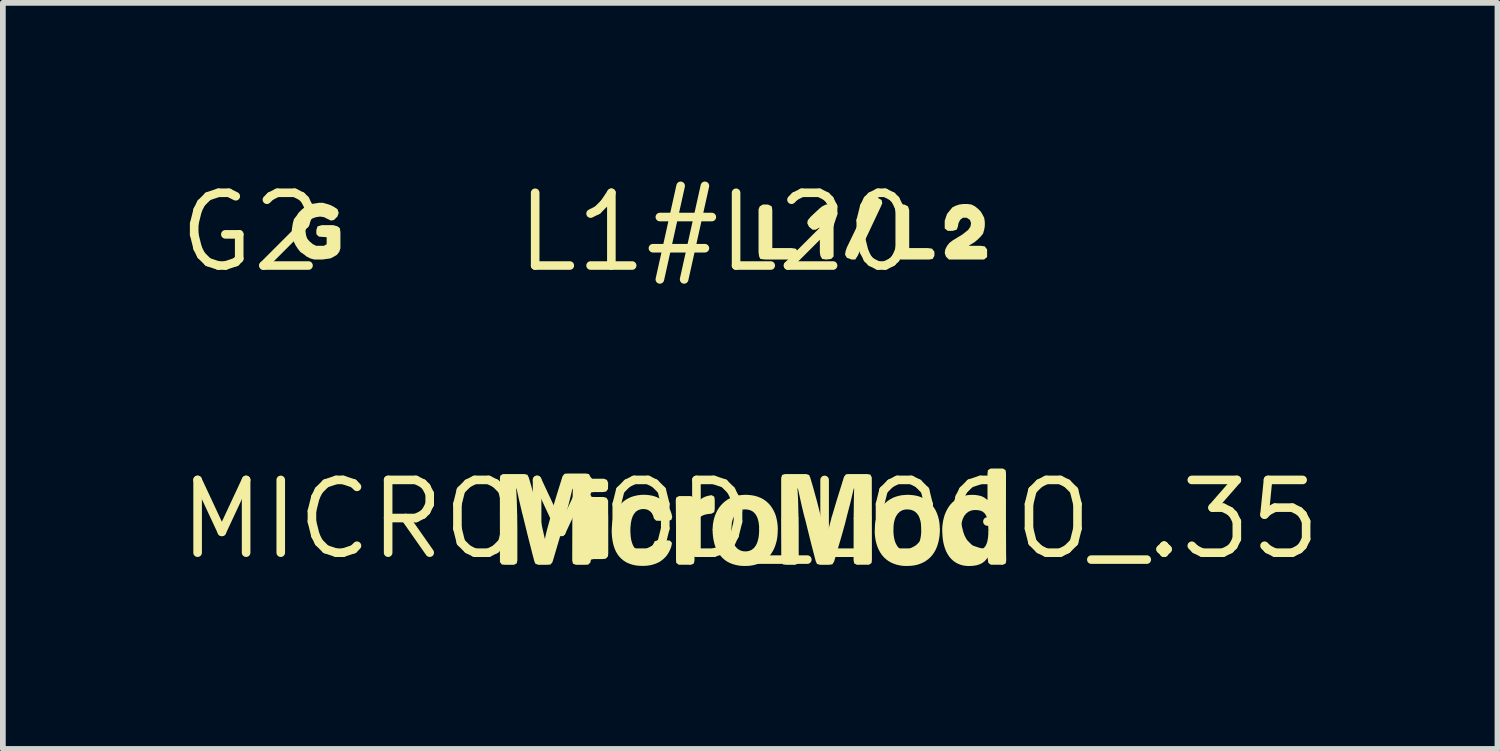
<source format=kicad_pcb>
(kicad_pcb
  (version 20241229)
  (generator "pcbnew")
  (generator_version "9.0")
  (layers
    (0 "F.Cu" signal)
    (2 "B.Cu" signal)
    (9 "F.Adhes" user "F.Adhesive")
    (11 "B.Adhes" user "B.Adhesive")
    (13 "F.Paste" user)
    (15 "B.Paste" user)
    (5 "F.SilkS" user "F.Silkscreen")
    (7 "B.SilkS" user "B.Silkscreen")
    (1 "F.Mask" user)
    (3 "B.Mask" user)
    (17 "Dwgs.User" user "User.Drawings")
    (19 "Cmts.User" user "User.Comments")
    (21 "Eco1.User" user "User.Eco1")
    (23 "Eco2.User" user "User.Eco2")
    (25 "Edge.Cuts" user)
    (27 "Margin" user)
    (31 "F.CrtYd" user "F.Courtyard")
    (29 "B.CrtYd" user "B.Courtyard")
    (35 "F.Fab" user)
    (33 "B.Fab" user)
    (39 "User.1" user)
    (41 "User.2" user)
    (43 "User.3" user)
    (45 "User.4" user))
  (footprint "L1#L20"
    (layer "F.Cu")
    (at 9.468 1.006)
    (property "Reference" "L1#L20" (at 0 0 0) (layer "F.SilkS") (effects (font (size 1.27 1.27) (thickness 0.15))))
    (fp_poly (pts (xy 2.802 -0.605) (xy 2.874 -0.563) (xy 2.885 -0.509) (xy 2.855 -0.438) (xy 2.454 0.412) (xy 2.413 0.475) (xy 2.349 0.475) (xy 2.267 0.444) (xy 2.235 0.391) (xy 2.245 0.329) (xy 2.265 0.268) (xy 2.646 -0.522) (xy 2.686 -0.594) (xy 2.739 -0.625)) (stroke (width 0) (type default)) (fill yes) (layer "F.SilkS"))
    (fp_poly (pts (xy 3.334 -0.454) (xy 3.355 -0.391) (xy 3.355 0.275) (xy 3.68 0.275) (xy 3.753 0.285) (xy 3.795 0.338) (xy 3.795 0.411) (xy 3.763 0.465) (xy 3.7 0.475) (xy 3.22 0.475) (xy 3.147 0.465) (xy 3.115 0.422) (xy 3.115 -0.4) (xy 3.126 -0.453) (xy 3.189 -0.485) (xy 3.271 -0.485)) (stroke (width 0) (type default)) (fill yes) (layer "F.SilkS"))
    (fp_poly (pts (xy 0.955 -0.453) (xy 0.965 -0.39) (xy 0.965 0.275) (xy 1.3 0.275) (xy 1.373 0.285) (xy 1.415 0.338) (xy 1.415 0.411) (xy 1.383 0.465) (xy 1.31 0.475) (xy 0.84 0.475) (xy 0.757 0.465) (xy 0.735 0.422) (xy 0.725 0.35) (xy 0.725 -0.401) (xy 0.746 -0.453) (xy 0.799 -0.485) (xy 0.891 -0.485)) (stroke (width 0) (type default)) (fill yes) (layer "F.SilkS"))
    (fp_poly (pts (xy 2.025 -0.453) (xy 2.035 -0.39) (xy 2.035 0.422) (xy 1.992 0.465) (xy 1.91 0.475) (xy 1.837 0.465) (xy 1.805 0.412) (xy 1.795 0.35) (xy 1.795 -0.059) (xy 1.787 -0.083) (xy 1.721 -0.045) (xy 1.668 -0.045) (xy 1.606 -0.097) (xy 1.575 -0.159) (xy 1.585 -0.212) (xy 1.636 -0.273) (xy 1.787 -0.414) (xy 1.837 -0.454) (xy 1.899 -0.485) (xy 1.971 -0.485)) (stroke (width 0) (type default)) (fill yes) (layer "F.SilkS"))
    (fp_poly (pts (xy 4.442 -0.485) (xy 4.503 -0.454) (xy 4.553 -0.414) (xy 4.604 -0.363) (xy 4.634 -0.312) (xy 4.665 -0.252) (xy 4.675 -0.18) (xy 4.675 -0.11) (xy 4.665 -0.049) (xy 4.645 0.022) (xy 4.604 0.073) (xy 4.553 0.124) (xy 4.493 0.174) (xy 4.443 0.204) (xy 4.398 0.231) (xy 4.402 0.235) (xy 4.6 0.235) (xy 4.673 0.245) (xy 4.715 0.298) (xy 4.715 0.432) (xy 4.662 0.475) (xy 4.048 0.475) (xy 3.996 0.423) (xy 3.975 0.36) (xy 3.985 0.298) (xy 4.016 0.237) (xy 4.056 0.186) (xy 4.107 0.146) (xy 4.287 0.036) (xy 4.337 -0.004) (xy 4.386 -0.043) (xy 4.425 -0.102) (xy 4.435 -0.16) (xy 4.416 -0.217) (xy 4.358 -0.255) (xy 4.292 -0.255) (xy 4.244 -0.217) (xy 4.215 -0.158) (xy 4.205 -0.099) (xy 4.184 -0.046) (xy 4.111 -0.025) (xy 4.028 -0.025) (xy 3.975 -0.068) (xy 3.975 -0.201) (xy 3.995 -0.262) (xy 4.016 -0.322) (xy 4.066 -0.383) (xy 4.107 -0.434) (xy 4.168 -0.465) (xy 4.229 -0.485) (xy 4.3 -0.495) (xy 4.37 -0.495)) (stroke (width 0) (type default)) (fill yes) (layer "F.SilkS")))
  (footprint "G2"
    (layer "F.Cu")
    (at 1.338 1.006)
    (property "Reference" "G2" (at 0 0 0) (layer "F.SilkS") (effects (font (size 1.27 1.27) (thickness 0.15))))
    (fp_poly (pts (xy 1.321 -0.495) (xy 1.382 -0.475) (xy 1.443 -0.444) (xy 1.504 -0.403) (xy 1.525 -0.34) (xy 1.504 -0.277) (xy 1.442 -0.215) (xy 1.389 -0.205) (xy 1.268 -0.265) (xy 1.2 -0.275) (xy 1.131 -0.265) (xy 1.072 -0.245) (xy 1.013 -0.206) (xy 0.975 -0.158) (xy 0.955 -0.089) (xy 0.945 -0.02) (xy 0.955 0.049) (xy 0.974 0.108) (xy 1.014 0.156) (xy 1.073 0.206) (xy 1.131 0.235) (xy 1.269 0.235) (xy 1.315 0.207) (xy 1.315 0.085) (xy 1.178 0.075) (xy 1.135 0.032) (xy 1.135 -0.041) (xy 1.156 -0.104) (xy 1.229 -0.125) (xy 1.431 -0.125) (xy 1.502 -0.105) (xy 1.545 -0.073) (xy 1.555 -0.000355) (xy 1.555 0.281) (xy 1.534 0.342) (xy 1.493 0.394) (xy 1.442 0.424) (xy 1.382 0.455) (xy 1.311 0.465) (xy 1.24 0.475) (xy 1.099 0.475) (xy 1.028 0.455) (xy 0.967 0.424) (xy 0.917 0.384) (xy 0.857 0.344) (xy 0.816 0.293) (xy 0.776 0.233) (xy 0.745 0.172) (xy 0.725 0.111) (xy 0.715 0.041) (xy 0.705 -0.03) (xy 0.715 -0.101) (xy 0.725 -0.161) (xy 0.745 -0.232) (xy 0.786 -0.283) (xy 0.826 -0.343) (xy 0.877 -0.394) (xy 0.927 -0.434) (xy 1.048 -0.495) (xy 1.119 -0.505) (xy 1.18 -0.515) (xy 1.251 -0.515)) (stroke (width 0) (type default)) (fill yes) (layer "F.SilkS")))
  (footprint "MICROMOD_LOGO_.35"
    (layer "F.Cu")
    (at 10.046 6.019)
    (property "Reference" "MICROMOD_LOGO_.35" (at 0 0 0) (layer "F.SilkS") (effects (font (size 1.27 1.27) (thickness 0.15))))
    (fp_poly (pts (xy 2.126 0.706) (xy 2.12 0.76) (xy 2.076 0.79) (xy 1.864 0.791) (xy 1.816 0.766) (xy 1.806 0.712) (xy 1.807 -0.026) (xy 1.858 -0.033) (xy 2.125 -0.033)) (stroke (width 0) (type default)) (fill yes) (layer "F.SilkS"))
    (fp_poly (pts (xy -4.067 -0.076) (xy -4.064 0.136) (xy -4.064 0.713) (xy -4.074 0.766) (xy -4.122 0.791) (xy -4.281 0.791) (xy -4.335 0.786) (xy -4.368 0.744) (xy -4.369 -0.101) (xy -4.1 -0.101)) (stroke (width 0) (type default)) (fill yes) (layer "F.SilkS"))
    (fp_poly (pts (xy 0.577 -0.033) (xy 0.846 -0.033) (xy 0.848 0.131) (xy 0.848 0.714) (xy 0.838 0.767) (xy 0.789 0.791) (xy 0.629 0.791) (xy 0.574 0.785) (xy 0.544 0.74) (xy 0.541 -0.045)) (stroke (width 0) (type default)) (fill yes) (layer "F.SilkS"))
    (fp_poly (pts (xy -0.963 0.134) (xy -0.969 0.187) (xy -0.971 0.239) (xy -0.971 0.715) (xy -0.983 0.769) (xy -1.032 0.791) (xy -1.247 0.79) (xy -1.29 0.757) (xy -1.294 0.702) (xy -1.294 0.12) (xy -1.279 0.077) (xy -0.952 0.077)) (stroke (width 0) (type default)) (fill yes) (layer "F.SilkS"))
    (fp_poly (pts (xy -3.065 -0.101) (xy -2.479 -0.101) (xy -2.477 -0.043) (xy -2.477 0.592) (xy -2.483 0.646) (xy -2.521 0.685) (xy -2.576 0.691) (xy -2.734 0.691) (xy -2.779 0.702) (xy -2.789 0.751) (xy -2.828 0.789) (xy -2.883 0.791) (xy -3.043 0.791) (xy -3.093 0.771) (xy -3.106 0.718) (xy -3.104 -0.107)) (stroke (width 0) (type default)) (fill yes) (layer "F.SilkS"))
    (fp_poly (pts (xy 2.1 -0.782) (xy 2.124 -0.733) (xy 2.125 -0.019) (xy 2.084 -0.022) (xy 1.822 -0.022) (xy 1.807 -0.009) (xy 1.811 -0.335) (xy 1.816 -0.541) (xy 1.809 -0.54) (xy 1.749 -0.286) (xy 1.681 -0.027) (xy 1.628 -0.022) (xy 1.468 -0.022) (xy 1.422 -0.033) (xy 1.514 -0.342) (xy 1.64 -0.747) (xy 1.674 -0.789) (xy 1.729 -0.793) (xy 2.047 -0.793)) (stroke (width 0) (type default)) (fill yes) (layer "F.SilkS"))
    (fp_poly (pts (xy 1.03 -0.776) (xy 1.051 -0.726) (xy 1.096 -0.574) (xy 1.166 -0.321) (xy 1.243 -0.017) (xy 1.221 -0.023) (xy 0.955 -0.023) (xy 0.94 -0.076) (xy 0.903 -0.229) (xy 0.835 -0.536) (xy 0.826 -0.547) (xy 0.837 -0.354) (xy 0.845 -0.021) (xy 0.797 -0.023) (xy 0.586 -0.023) (xy 0.542 -0.037) (xy 0.542 -0.725) (xy 0.558 -0.777) (xy 0.609 -0.793) (xy 0.979 -0.793)) (stroke (width 0) (type default)) (fill yes) (layer "F.SilkS"))
    (fp_poly (pts (xy -3.888 -0.78) (xy -3.864 -0.731) (xy -3.834 -0.629) (xy -3.762 -0.373) (xy -3.69 -0.096) (xy -3.728 -0.091) (xy -3.942 -0.091) (xy -3.981 -0.114) (xy -4.042 -0.375) (xy -4.075 -0.53) (xy -4.085 -0.547) (xy -4.08 -0.463) (xy -4.073 -0.304) (xy -4.069 -0.145) (xy -4.067 -0.07) (xy -4.342 -0.091) (xy -4.369 -0.09) (xy -4.369 -0.711) (xy -4.362 -0.765) (xy -4.315 -0.793) (xy -3.941 -0.793)) (stroke (width 0) (type default)) (fill yes) (layer "F.SilkS"))
    (fp_poly (pts (xy -3.69 -0.101) (xy -3.673 -0.046) (xy -3.648 0.057) (xy -3.583 0.342) (xy -3.566 0.26) (xy -3.54 0.157) (xy -3.483 -0.048) (xy -3.466 -0.101) (xy -3.248 -0.101) (xy -3.215 -0.079) (xy -3.329 0.334) (xy -3.45 0.743) (xy -3.484 0.786) (xy -3.538 0.791) (xy -3.699 0.791) (xy -3.75 0.772) (xy -3.77 0.72) (xy -3.797 0.617) (xy -3.876 0.308) (xy -3.965 -0.054) (xy -3.981 -0.119)) (stroke (width 0) (type default)) (fill yes) (layer "F.SilkS"))
    (fp_poly (pts (xy 1.466 -0.033) (xy 1.683 -0.033) (xy 1.656 0.076) (xy 1.599 0.28) (xy 1.465 0.738) (xy 1.435 0.783) (xy 1.381 0.791) (xy 1.221 0.791) (xy 1.168 0.777) (xy 1.145 0.727) (xy 1.065 0.42) (xy 0.976 0.06) (xy 0.953 -0.032) (xy 0.976 -0.033) (xy 1.188 -0.033) (xy 1.242 -0.028) (xy 1.291 0.181) (xy 1.324 0.335) (xy 1.328 0.337) (xy 1.337 0.292) (xy 1.362 0.189) (xy 1.426 -0.047)) (stroke (width 0) (type default)) (fill yes) (layer "F.SilkS"))
    (fp_poly (pts (xy -0.625 -0.396) (xy -0.618 -0.341) (xy -0.618 -0.182) (xy -0.627 -0.128) (xy -0.674 -0.101) (xy -0.727 -0.096) (xy -0.779 -0.087) (xy -0.828 -0.07) (xy -0.873 -0.044) (xy -0.91 -0.009) (xy -0.937 0.035) (xy -0.957 0.087) (xy -1.274 0.087) (xy -1.294 0.156) (xy -1.297 -0.221) (xy -1.297 -0.221) (xy -1.299 -0.327) (xy -1.292 -0.381) (xy -1.244 -0.408) (xy -1.03 -0.408) (xy -0.986 -0.375) (xy -0.979 -0.32) (xy -0.977 -0.224) (xy -0.971 -0.228) (xy -0.944 -0.273) (xy -0.91 -0.314) (xy -0.87 -0.349) (xy -0.825 -0.379) (xy -0.776 -0.401) (xy -0.725 -0.415) (xy -0.671 -0.424)) (stroke (width 0) (type default)) (fill yes) (layer "F.SilkS"))
    (fp_poly (pts (xy -2.813 -0.792) (xy -2.789 -0.745) (xy -2.76 -0.711) (xy -2.55 -0.711) (xy -2.5 -0.69) (xy -2.479 -0.64) (xy -2.481 -0.532) (xy -2.514 -0.488) (xy -2.567 -0.478) (xy -2.726 -0.478) (xy -2.775 -0.473) (xy -2.788 -0.431) (xy -2.766 -0.393) (xy -2.557 -0.392) (xy -2.505 -0.376) (xy -2.479 -0.328) (xy -2.479 -0.094) (xy -2.517 -0.091) (xy -3.104 -0.091) (xy -3.101 -0.307) (xy -3.096 -0.518) (xy -3.098 -0.544) (xy -3.107 -0.52) (xy -3.143 -0.366) (xy -3.219 -0.066) (xy -3.256 -0.091) (xy -3.467 -0.096) (xy -3.456 -0.153) (xy -3.446 -0.2) (xy -3.369 -0.453) (xy -3.274 -0.757) (xy -3.239 -0.798) (xy -3.184 -0.802) (xy -2.866 -0.802)) (stroke (width 0) (type default)) (fill yes) (layer "F.SilkS"))
    (fp_poly (pts (xy -1.805 -0.429) (xy -1.753 -0.423) (xy -1.701 -0.413) (xy -1.65 -0.398) (xy -1.601 -0.377) (xy -1.554 -0.351) (xy -1.512 -0.319) (xy -1.473 -0.282) (xy -1.44 -0.241) (xy -1.412 -0.196) (xy -1.389 -0.148) (xy -1.372 -0.097) (xy -1.36 -0.044) (xy -1.376 0.008) (xy -1.428 0.023) (xy -1.586 0.023) (xy -1.641 0.021) (xy -1.679 -0.016) (xy -1.694 -0.068) (xy -1.718 -0.113) (xy -1.754 -0.15) (xy -1.799 -0.173) (xy -1.849 -0.182) (xy -1.901 -0.18) (xy -1.95 -0.165) (xy -1.993 -0.138) (xy -2.026 -0.099) (xy -2.051 -0.054) (xy -2.068 -0.005) (xy -2.079 0.046) (xy -2.087 0.102) (xy -2.412 0.103) (xy -2.405 0.045) (xy -2.395 -0.007) (xy -2.38 -0.058) (xy -2.362 -0.108) (xy -2.339 -0.156) (xy -2.312 -0.202) (xy -2.281 -0.245) (xy -2.245 -0.284) (xy -2.206 -0.319) (xy -2.162 -0.35) (xy -2.116 -0.375) (xy -2.067 -0.396) (xy -2.016 -0.411) (xy -1.964 -0.422) (xy -1.911 -0.429) (xy -1.858 -0.431)) (stroke (width 0) (type default)) (fill yes) (layer "F.SilkS"))
    (fp_poly (pts (xy 4.46 -0.86) (xy 4.467 -0.805) (xy 4.466 0.191) (xy 4.445 0.19) (xy 4.183 0.19) (xy 4.161 0.214) (xy 4.156 0.097) (xy 4.151 0.044) (xy 4.142 -0.007) (xy 4.125 -0.057) (xy 4.1 -0.101) (xy 4.062 -0.136) (xy 4.014 -0.156) (xy 3.963 -0.164) (xy 3.911 -0.165) (xy 3.86 -0.156) (xy 3.813 -0.136) (xy 3.772 -0.104) (xy 3.739 -0.064) (xy 3.716 -0.018) (xy 3.699 0.032) (xy 3.689 0.083) (xy 3.683 0.234) (xy 3.409 0.191) (xy 3.353 0.189) (xy 3.355 0.131) (xy 3.361 0.078) (xy 3.369 0.025) (xy 3.381 -0.027) (xy 3.396 -0.078) (xy 3.416 -0.128) (xy 3.439 -0.175) (xy 3.467 -0.221) (xy 3.499 -0.264) (xy 3.536 -0.302) (xy 3.577 -0.337) (xy 3.622 -0.366) (xy 3.669 -0.39) (xy 3.72 -0.409) (xy 3.772 -0.421) (xy 3.825 -0.428) (xy 3.878 -0.43) (xy 3.931 -0.428) (xy 3.984 -0.42) (xy 4.036 -0.407) (xy 4.085 -0.385) (xy 4.144 -0.34) (xy 4.144 -0.807) (xy 4.152 -0.862) (xy 4.199 -0.889) (xy 4.414 -0.889)) (stroke (width 0) (type default)) (fill yes) (layer "F.SilkS"))
    (fp_poly (pts (xy -2.09 0.15) (xy -2.091 0.203) (xy -2.088 0.255) (xy -2.084 0.307) (xy -2.076 0.358) (xy -2.062 0.408) (xy -2.043 0.456) (xy -2.016 0.5) (xy -1.978 0.534) (xy -1.932 0.556) (xy -1.882 0.564) (xy -1.831 0.562) (xy -1.782 0.547) (xy -1.741 0.517) (xy -1.711 0.476) (xy -1.666 0.38) (xy -1.614 0.365) (xy -1.456 0.365) (xy -1.401 0.368) (xy -1.365 0.409) (xy -1.374 0.463) (xy -1.391 0.513) (xy -1.413 0.561) (xy -1.44 0.607) (xy -1.472 0.649) (xy -1.51 0.687) (xy -1.551 0.72) (xy -1.596 0.748) (xy -1.645 0.77) (xy -1.695 0.787) (xy -1.746 0.799) (xy -1.799 0.807) (xy -1.851 0.81) (xy -1.904 0.81) (xy -1.957 0.807) (xy -2.009 0.8) (xy -2.061 0.788) (xy -2.111 0.771) (xy -2.16 0.749) (xy -2.205 0.721) (xy -2.246 0.688) (xy -2.283 0.65) (xy -2.315 0.608) (xy -2.342 0.562) (xy -2.364 0.513) (xy -2.381 0.463) (xy -2.394 0.412) (xy -2.404 0.36) (xy -2.411 0.308) (xy -2.415 0.255) (xy -2.417 0.203) (xy -2.415 0.15) (xy -2.411 0.093) (xy -2.086 0.093)) (stroke (width 0) (type default)) (fill yes) (layer "F.SilkS"))
    (fp_poly (pts (xy 4.469 0.607) (xy 4.471 0.712) (xy 4.463 0.766) (xy 4.415 0.791) (xy 4.201 0.79) (xy 4.158 0.757) (xy 4.15 0.703) (xy 4.148 0.664) (xy 4.13 0.688) (xy 4.095 0.728) (xy 4.052 0.761) (xy 4.004 0.784) (xy 3.953 0.8) (xy 3.901 0.808) (xy 3.848 0.812) (xy 3.795 0.812) (xy 3.742 0.807) (xy 3.69 0.796) (xy 3.64 0.778) (xy 3.592 0.754) (xy 3.548 0.723) (xy 3.509 0.687) (xy 3.475 0.647) (xy 3.446 0.602) (xy 3.421 0.555) (xy 3.402 0.505) (xy 3.386 0.455) (xy 3.374 0.403) (xy 3.365 0.351) (xy 3.359 0.298) (xy 3.353 0.188) (xy 3.404 0.18) (xy 3.672 0.18) (xy 3.684 0.227) (xy 3.688 0.28) (xy 3.697 0.331) (xy 3.71 0.382) (xy 3.73 0.43) (xy 3.757 0.473) (xy 3.793 0.51) (xy 3.838 0.535) (xy 3.888 0.548) (xy 3.939 0.549) (xy 3.991 0.543) (xy 4.039 0.527) (xy 4.081 0.498) (xy 4.113 0.458) (xy 4.134 0.41) (xy 4.146 0.36) (xy 4.154 0.308) (xy 4.158 0.256) (xy 4.159 0.201) (xy 4.197 0.18) (xy 4.467 0.18)) (stroke (width 0) (type default)) (fill yes) (layer "F.SilkS"))
    (fp_poly (pts (xy -0.022 -0.428) (xy 0.03 -0.422) (xy 0.083 -0.412) (xy 0.134 -0.397) (xy 0.184 -0.377) (xy 0.231 -0.352) (xy 0.275 -0.322) (xy 0.315 -0.286) (xy 0.351 -0.247) (xy 0.382 -0.204) (xy 0.409 -0.157) (xy 0.432 -0.109) (xy 0.45 -0.059) (xy 0.463 -0.007) (xy 0.473 0.045) (xy 0.48 0.098) (xy 0.483 0.156) (xy 0.427 0.159) (xy 0.158 0.159) (xy 0.155 0.101) (xy 0.148 0.049) (xy 0.136 -0.002) (xy 0.118 -0.05) (xy 0.091 -0.095) (xy 0.056 -0.132) (xy 0.011 -0.158) (xy -0.038 -0.172) (xy -0.09 -0.176) (xy -0.141 -0.17) (xy -0.19 -0.153) (xy -0.232 -0.123) (xy -0.265 -0.084) (xy -0.29 -0.038) (xy -0.308 0.011) (xy -0.32 0.062) (xy -0.33 0.207) (xy -0.35 0.159) (xy -0.61 0.159) (xy -0.656 0.183) (xy -0.65 0.086) (xy -0.641 0.034) (xy -0.629 -0.018) (xy -0.613 -0.069) (xy -0.592 -0.118) (xy -0.568 -0.166) (xy -0.539 -0.211) (xy -0.506 -0.252) (xy -0.468 -0.291) (xy -0.427 -0.325) (xy -0.383 -0.354) (xy -0.335 -0.379) (xy -0.286 -0.398) (xy -0.234 -0.413) (xy -0.182 -0.423) (xy -0.129 -0.428) (xy -0.076 -0.431)) (stroke (width 0) (type default)) (fill yes) (layer "F.SilkS"))
    (fp_poly (pts (xy 2.807 -0.428) (xy 2.86 -0.422) (xy 2.913 -0.412) (xy 2.964 -0.397) (xy 3.013 -0.377) (xy 3.06 -0.352) (xy 3.104 -0.321) (xy 3.145 -0.286) (xy 3.181 -0.246) (xy 3.212 -0.203) (xy 3.239 -0.157) (xy 3.261 -0.109) (xy 3.279 -0.058) (xy 3.293 -0.007) (xy 3.303 0.046) (xy 3.309 0.099) (xy 3.312 0.175) (xy 3.27 0.173) (xy 3.006 0.173) (xy 2.988 0.176) (xy 2.982 0.075) (xy 2.973 0.024) (xy 2.958 -0.026) (xy 2.936 -0.073) (xy 2.904 -0.114) (xy 2.864 -0.146) (xy 2.816 -0.166) (xy 2.765 -0.175) (xy 2.713 -0.175) (xy 2.663 -0.163) (xy 2.618 -0.139) (xy 2.58 -0.104) (xy 2.55 -0.061) (xy 2.529 -0.014) (xy 2.515 0.037) (xy 2.506 0.088) (xy 2.501 0.175) (xy 2.47 0.172) (xy 2.205 0.172) (xy 2.177 0.169) (xy 2.18 0.087) (xy 2.188 0.034) (xy 2.201 -0.018) (xy 2.217 -0.069) (xy 2.237 -0.118) (xy 2.262 -0.165) (xy 2.291 -0.21) (xy 2.324 -0.252) (xy 2.361 -0.29) (xy 2.402 -0.324) (xy 2.447 -0.354) (xy 2.494 -0.379) (xy 2.544 -0.398) (xy 2.595 -0.413) (xy 2.648 -0.423) (xy 2.701 -0.428) (xy 2.754 -0.431)) (stroke (width 0) (type default)) (fill yes) (layer "F.SilkS"))
    (fp_poly (pts (xy 3.312 0.22) (xy 3.308 0.273) (xy 3.301 0.325) (xy 3.291 0.377) (xy 3.278 0.428) (xy 3.261 0.478) (xy 3.24 0.527) (xy 3.214 0.573) (xy 3.184 0.617) (xy 3.149 0.657) (xy 3.11 0.693) (xy 3.067 0.724) (xy 3.021 0.751) (xy 2.973 0.772) (xy 2.923 0.789) (xy 2.871 0.801) (xy 2.819 0.808) (xy 2.766 0.811) (xy 2.713 0.812) (xy 2.66 0.809) (xy 2.608 0.801) (xy 2.557 0.789) (xy 2.506 0.772) (xy 2.458 0.751) (xy 2.412 0.724) (xy 2.37 0.692) (xy 2.331 0.656) (xy 2.297 0.615) (xy 2.268 0.571) (xy 2.243 0.524) (xy 2.222 0.475) (xy 2.206 0.425) (xy 2.193 0.374) (xy 2.184 0.322) (xy 2.178 0.269) (xy 2.175 0.216) (xy 2.178 0.162) (xy 2.446 0.162) (xy 2.501 0.165) (xy 2.502 0.222) (xy 2.506 0.274) (xy 2.514 0.326) (xy 2.526 0.376) (xy 2.545 0.424) (xy 2.571 0.469) (xy 2.605 0.507) (xy 2.647 0.536) (xy 2.695 0.553) (xy 2.747 0.558) (xy 2.798 0.553) (xy 2.846 0.536) (xy 2.888 0.507) (xy 2.921 0.468) (xy 2.945 0.423) (xy 2.963 0.374) (xy 2.975 0.323) (xy 2.983 0.272) (xy 2.987 0.22) (xy 2.987 0.162) (xy 3.313 0.162)) (stroke (width 0) (type default)) (fill yes) (layer "F.SilkS"))
    (fp_poly (pts (xy 0.482 0.206) (xy 0.479 0.259) (xy 0.474 0.312) (xy 0.465 0.364) (xy 0.452 0.415) (xy 0.436 0.465) (xy 0.416 0.514) (xy 0.391 0.561) (xy 0.362 0.606) (xy 0.329 0.647) (xy 0.291 0.684) (xy 0.249 0.717) (xy 0.204 0.745) (xy 0.156 0.767) (xy 0.106 0.785) (xy 0.055 0.798) (xy 0.003 0.807) (xy -0.05 0.811) (xy -0.103 0.812) (xy -0.156 0.81) (xy -0.208 0.803) (xy -0.26 0.792) (xy -0.311 0.777) (xy -0.36 0.757) (xy -0.407 0.732) (xy -0.45 0.701) (xy -0.489 0.665) (xy -0.524 0.625) (xy -0.555 0.582) (xy -0.581 0.536) (xy -0.602 0.487) (xy -0.62 0.437) (xy -0.633 0.386) (xy -0.643 0.334) (xy -0.65 0.282) (xy -0.654 0.229) (xy -0.656 0.174) (xy -0.622 0.149) (xy -0.355 0.149) (xy -0.329 0.181) (xy -0.327 0.235) (xy -0.322 0.287) (xy -0.313 0.338) (xy -0.299 0.388) (xy -0.279 0.436) (xy -0.251 0.479) (xy -0.215 0.515) (xy -0.171 0.541) (xy -0.122 0.555) (xy -0.07 0.558) (xy -0.02 0.55) (xy 0.027 0.53) (xy 0.067 0.498) (xy 0.098 0.457) (xy 0.121 0.411) (xy 0.137 0.361) (xy 0.148 0.31) (xy 0.154 0.259) (xy 0.157 0.207) (xy 0.157 0.149) (xy 0.482 0.149)) (stroke (width 0) (type default)) (fill yes) (layer "F.SilkS")))
  (gr_rect
    (start -3 -3)
    (end 23.093 10.025)
    (stroke (width 0.1) (type default))
    (fill no)
    (layer "Edge.Cuts")))
</source>
